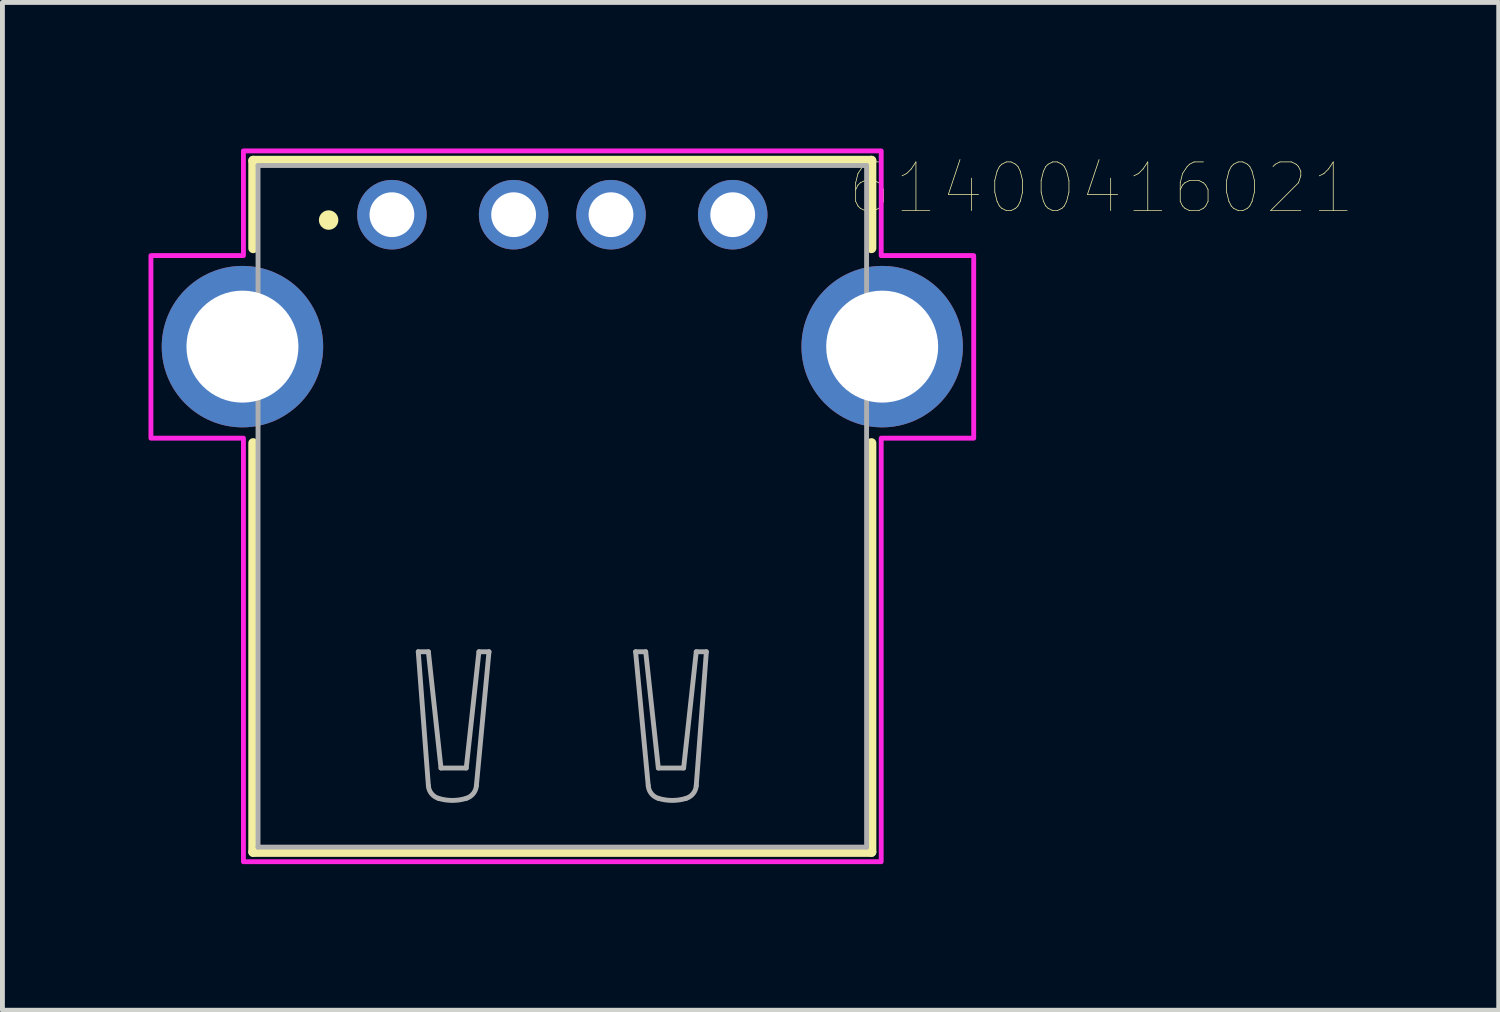
<source format=kicad_pcb>
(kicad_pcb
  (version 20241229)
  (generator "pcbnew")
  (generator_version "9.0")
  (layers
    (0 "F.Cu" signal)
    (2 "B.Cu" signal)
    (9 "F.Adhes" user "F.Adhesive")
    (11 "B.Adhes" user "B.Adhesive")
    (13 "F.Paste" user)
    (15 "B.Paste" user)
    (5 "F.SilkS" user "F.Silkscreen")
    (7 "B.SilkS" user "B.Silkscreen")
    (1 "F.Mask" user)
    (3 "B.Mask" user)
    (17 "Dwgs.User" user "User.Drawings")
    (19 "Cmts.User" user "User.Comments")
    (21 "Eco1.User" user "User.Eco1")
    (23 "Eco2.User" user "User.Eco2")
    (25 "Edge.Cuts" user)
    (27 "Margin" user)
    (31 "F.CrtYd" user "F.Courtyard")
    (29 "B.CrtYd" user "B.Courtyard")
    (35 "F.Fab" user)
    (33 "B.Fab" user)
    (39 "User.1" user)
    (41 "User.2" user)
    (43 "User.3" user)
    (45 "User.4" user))
  (footprint "61400416021"
    (layer "F.Cu")
    (at 8.5 7.35)
    (property "Reference" "61400416021" (at 11.073 -6.536 0) (layer "F.SilkS") (effects (font (size 1 1) (thickness 0.015))))
    (attr through_hole)
    (fp_line (start -6.35 -7.1) (end -6.35 -5.3) (stroke (width 0.2) (type solid)) (layer "F.SilkS"))
    (fp_line (start -6.35 -7.1) (end 6.35 -7.1) (stroke (width 0.2) (type solid)) (layer "F.SilkS"))
    (fp_line (start -6.35 -1.3) (end -6.35 7.1) (stroke (width 0.2) (type solid)) (layer "F.SilkS"))
    (fp_line (start -6.35 7.1) (end 6.35 7.1) (stroke (width 0.2) (type solid)) (layer "F.SilkS"))
    (fp_line (start 6.35 -7.1) (end 6.35 -5.3) (stroke (width 0.2) (type solid)) (layer "F.SilkS"))
    (fp_line (start 6.35 7.1) (end 6.35 -1.3) (stroke (width 0.2) (type solid)) (layer "F.SilkS"))
    (fp_circle (center -4.8 -5.88) (end -4.7 -5.88) (stroke (width 0.2) (type solid)) (fill no) (layer "F.SilkS"))
    (fp_poly (pts (xy -6.55 -7.3) (xy 6.55 -7.3) (xy 6.55 -5.15) (xy 8.45 -5.15) (xy 8.45 -1.4) (xy 6.55 -1.4) (xy 6.55 7.3) (xy -6.55 7.3) (xy -6.55 -1.4) (xy -8.45 -1.4) (xy -8.45 -5.15) (xy -6.55 -5.15)) (stroke (width 0.1) (type solid)) (fill no) (layer "F.CrtYd"))
    (fp_line (start -6.25 -7) (end -6.25 7) (stroke (width 0.1) (type solid)) (layer "F.Fab"))
    (fp_line (start -6.25 7) (end 6.25 7) (stroke (width 0.1) (type solid)) (layer "F.Fab"))
    (fp_line (start -2.959 2.987) (end -2.751 5.739) (stroke (width 0.1) (type solid)) (layer "F.Fab"))
    (fp_line (start -2.751 2.987) (end -2.959 2.987) (stroke (width 0.1) (type solid)) (layer "F.Fab"))
    (fp_line (start -2.492 5.375) (end -2.751 2.987) (stroke (width 0.1) (type solid)) (layer "F.Fab"))
    (fp_line (start -1.973 5.375) (end -2.492 5.375) (stroke (width 0.1) (type solid)) (layer "F.Fab"))
    (fp_line (start -1.765 5.739) (end -1.506 2.987) (stroke (width 0.1) (type solid)) (layer "F.Fab"))
    (fp_line (start -1.713 2.987) (end -1.973 5.375) (stroke (width 0.1) (type solid)) (layer "F.Fab"))
    (fp_line (start -1.506 2.987) (end -1.713 2.987) (stroke (width 0.1) (type solid)) (layer "F.Fab"))
    (fp_line (start 1.505 2.987) (end 1.713 2.987) (stroke (width 0.1) (type solid)) (layer "F.Fab"))
    (fp_line (start 1.713 2.987) (end 1.972 5.375) (stroke (width 0.1) (type solid)) (layer "F.Fab"))
    (fp_line (start 1.765 5.739) (end 1.505 2.987) (stroke (width 0.1) (type solid)) (layer "F.Fab"))
    (fp_line (start 1.972 5.375) (end 2.492 5.375) (stroke (width 0.1) (type solid)) (layer "F.Fab"))
    (fp_line (start 2.492 5.375) (end 2.751 2.987) (stroke (width 0.1) (type solid)) (layer "F.Fab"))
    (fp_line (start 2.751 2.987) (end 2.959 2.987) (stroke (width 0.1) (type solid)) (layer "F.Fab"))
    (fp_line (start 2.959 2.987) (end 2.751 5.739) (stroke (width 0.1) (type solid)) (layer "F.Fab"))
    (fp_line (start 6.25 -7) (end -6.25 -7) (stroke (width 0.1) (type solid)) (layer "F.Fab"))
    (fp_line (start 6.25 7) (end 6.25 -7) (stroke (width 0.1) (type solid)) (layer "F.Fab"))
    (fp_arc (start -2.5438 5.998) (mid -2.687659 5.900297) (end -2.7514 5.7385) (stroke (width 0.1) (type solid)) (layer "F.Fab"))
    (fp_arc (start -1.9727 5.998) (mid -2.25825 6.040802) (end -2.5438 5.998) (stroke (width 0.1) (type solid)) (layer "F.Fab"))
    (fp_arc (start -1.7651 5.7385) (mid -1.828841 5.900297) (end -1.9727 5.998) (stroke (width 0.1) (type solid)) (layer "F.Fab"))
    (fp_arc (start 1.9725 5.998) (mid 1.828641 5.900297) (end 1.7649 5.7385) (stroke (width 0.1) (type solid)) (layer "F.Fab"))
    (fp_arc (start 2.5436 5.998) (mid 2.25805 6.040802) (end 1.9725 5.998) (stroke (width 0.1) (type solid)) (layer "F.Fab"))
    (fp_arc (start 2.7512 5.7385) (mid 2.687459 5.900297) (end 2.5436 5.998) (stroke (width 0.1) (type solid)) (layer "F.Fab"))
    (pad "1" thru_hole circle (at -3.5 -5.99) (size 1.428 1.428) (drill 0.92) (layers "*.Cu" "*.Mask"))
    (pad "2" thru_hole circle (at -1 -5.99) (size 1.428 1.428) (drill 0.92) (layers "*.Cu" "*.Mask"))
    (pad "3" thru_hole circle (at 1 -5.99) (size 1.428 1.428) (drill 0.92) (layers "*.Cu" "*.Mask"))
    (pad "4" thru_hole circle (at 3.5 -5.99) (size 1.428 1.428) (drill 0.92) (layers "*.Cu" "*.Mask"))
    (pad "S1" thru_hole circle (at -6.57 -3.28) (size 3.316 3.316) (drill 2.3) (layers "*.Cu" "*.Mask"))
    (pad "S2" thru_hole circle (at 6.57 -3.28) (size 3.316 3.316) (drill 2.3) (layers "*.Cu" "*.Mask")))
  (gr_rect
    (start -3 -3)
    (end 27.734 17.7)
    (stroke (width 0.1) (type default))
    (fill no)
    (layer "Edge.Cuts")))
</source>
